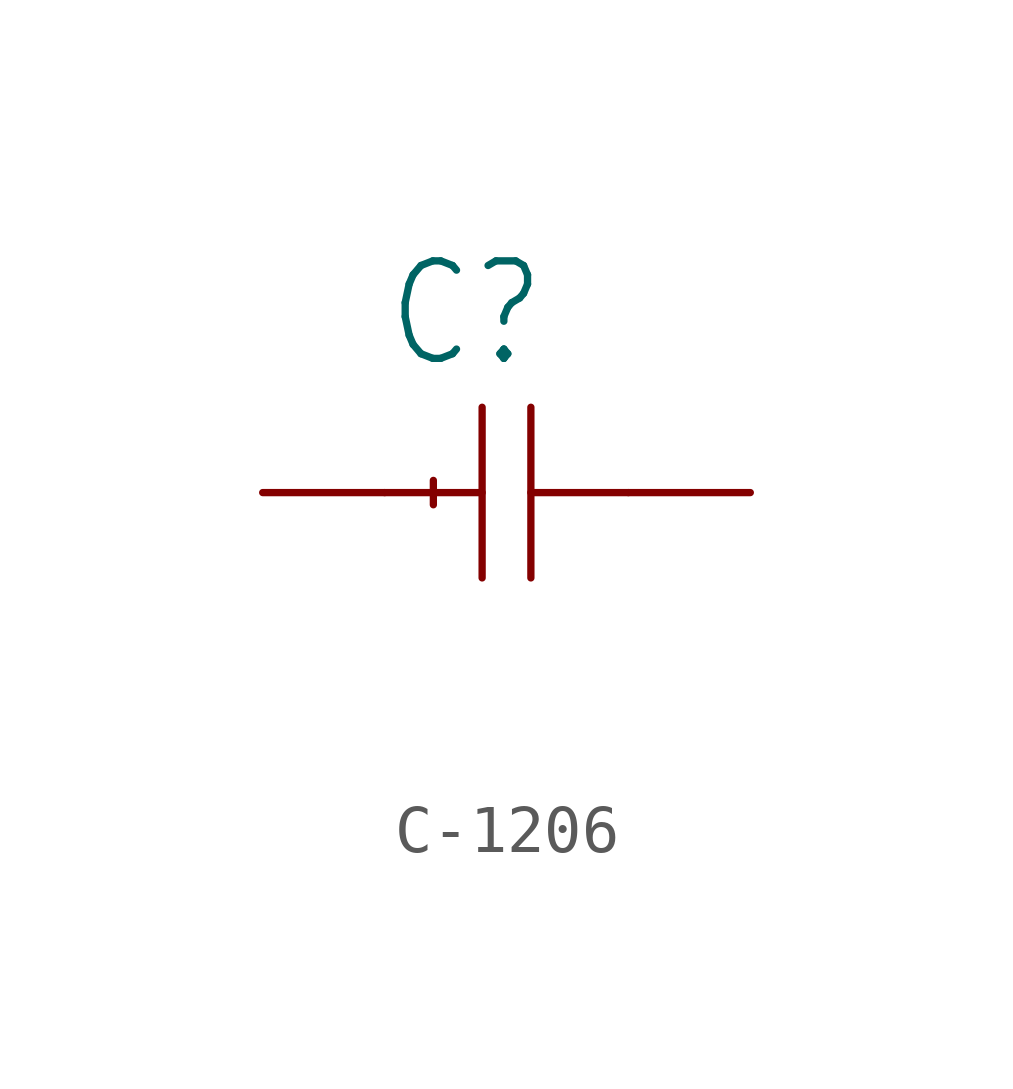
<source format=kicad_sym>
(kicad_symbol_lib
  (version 20241209)
  (generator "kicad_symbol_editor")
  (generator_version "9.0")
  (symbol "C-1206"
    (property "Reference" "C"
      (at -2.54 2.54 0)
      (effects (font (size 2.032 1.727)) (justify left bottom)))
    (property "Value" ""
      (at -2.54 -5.08 0)
      (effects (font (size 2.032 1.727)) (justify left bottom)))
    (property "ki_locked" ""
      (at 0 0 0)
      (effects (font (size 1.27 1.27))))
    (symbol "C-1206_1_0"
      (polyline (pts (xy -2.54 0) (xy -0.508 0)) (stroke (width 0.152) (type solid)) (fill (type none)))
      (polyline (pts (xy -1.524 0.254) (xy -1.524 -0.254)) (stroke (width 0.152) (type solid)) (fill (type none)))
      (polyline (pts (xy -0.508 1.778) (xy -0.508 -1.778)) (stroke (width 0.152) (type solid)) (fill (type none)))
      (polyline (pts (xy 0.508 1.778) (xy 0.508 -1.778)) (stroke (width 0.152) (type solid)) (fill (type none)))
      (polyline (pts (xy 2.54 0) (xy 0.508 0)) (stroke (width 0.152) (type solid)) (fill (type none)))
      (pin passive line (at -5.08 0 0) (length 2.54) (name "1" (effects (font (size 0 0)))) (number "1" (effects (font (size 0 0)))))
      (pin passive line (at 5.08 0 180) (length 2.54) (name "2" (effects (font (size 0 0)))) (number "2" (effects (font (size 0 0))))))))
</source>
